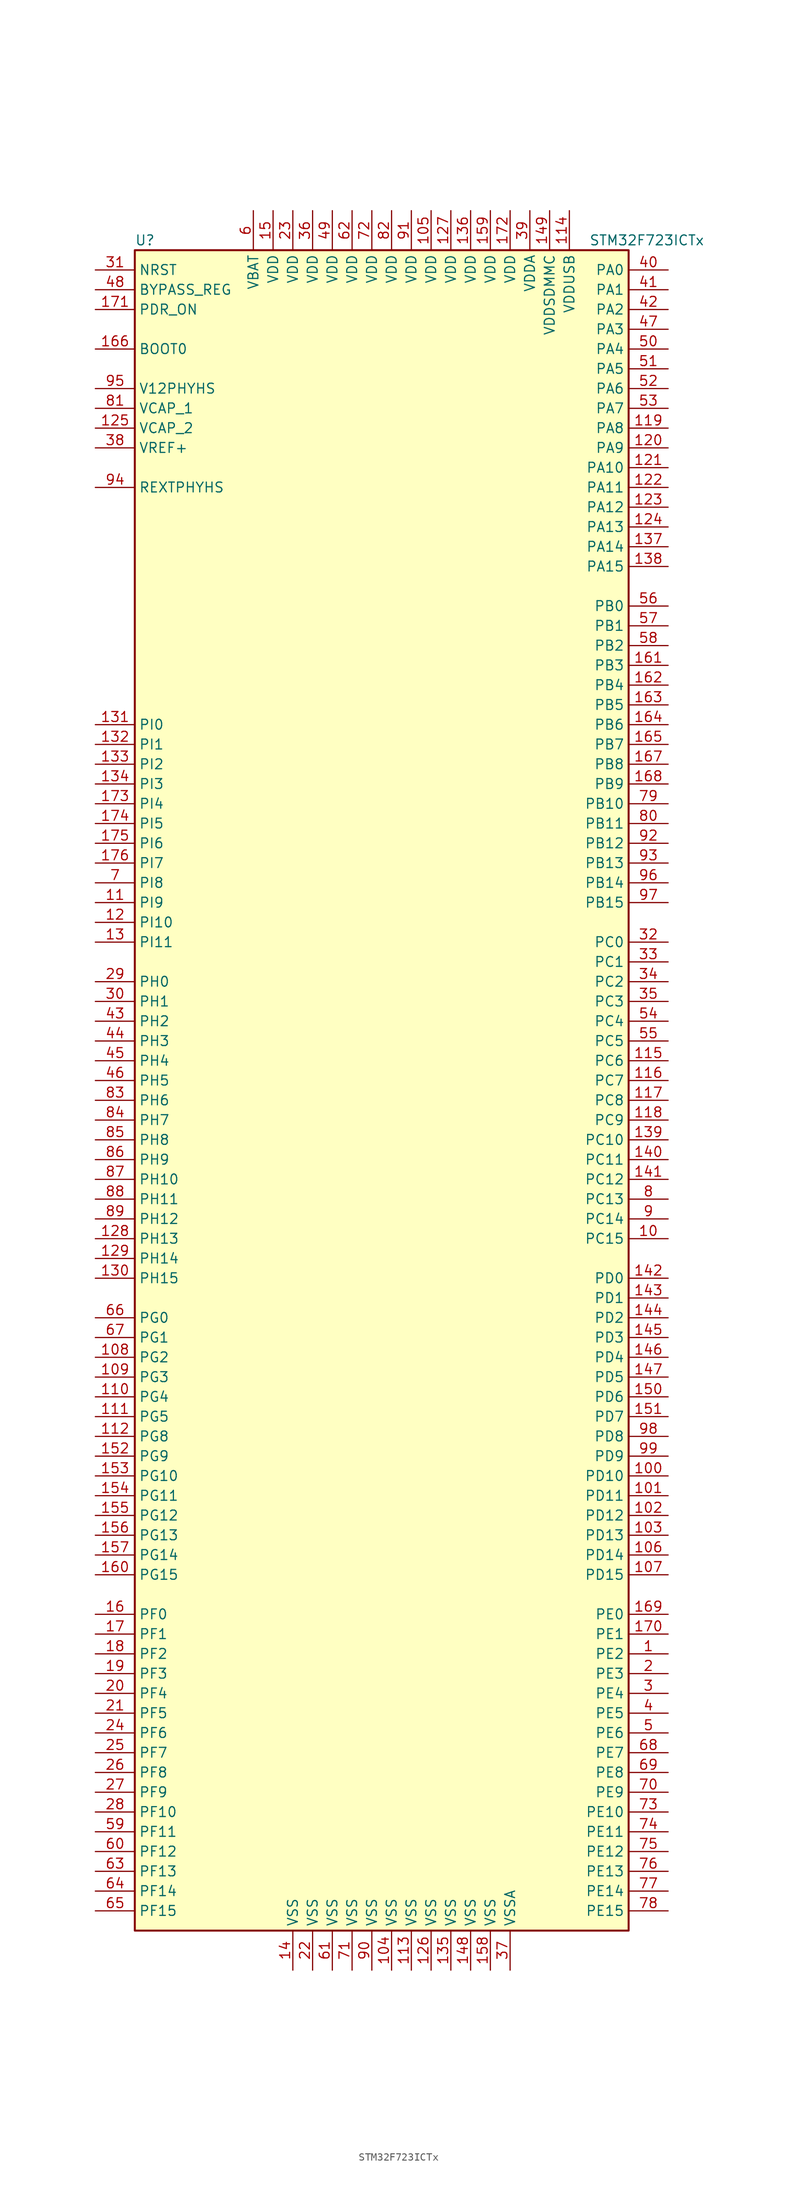
<source format=kicad_sym>
(kicad_symbol_lib
  (version 20220914)
  (generator kicad_symbol_editor)
  (symbol "STM32F723ICTx"
    (property "Reference" "U"
      (at -33.02 107.95 0)
      (effects (font (size 1.27 1.27)) (justify left)))
    (property "Value" "STM32F723ICTx"
      (at 25.4 107.95 0)
      (effects (font (size 1.27 1.27)) (justify left)))
    (symbol "STM32F723ICTx_0_1"
      (rectangle (start -33.02 -109.22) (end 30.48 106.68) (stroke (width 0.254) (type default)) (fill (type background))))
    (symbol "STM32F723ICTx_1_1"
      (pin bidirectional line (at 35.56 -73.66 180) (length 5.08) (name "PE2" (effects (font (size 1.27 1.27)))) (number "1" (effects (font (size 1.27 1.27)))))
      (pin bidirectional line (at 35.56 -20.32 180) (length 5.08) (name "PC15" (effects (font (size 1.27 1.27)))) (number "10" (effects (font (size 1.27 1.27)))))
      (pin bidirectional line (at 35.56 -50.8 180) (length 5.08) (name "PD10" (effects (font (size 1.27 1.27)))) (number "100" (effects (font (size 1.27 1.27)))))
      (pin bidirectional line (at 35.56 -53.34 180) (length 5.08) (name "PD11" (effects (font (size 1.27 1.27)))) (number "101" (effects (font (size 1.27 1.27)))))
      (pin bidirectional line (at 35.56 -55.88 180) (length 5.08) (name "PD12" (effects (font (size 1.27 1.27)))) (number "102" (effects (font (size 1.27 1.27)))))
      (pin bidirectional line (at 35.56 -58.42 180) (length 5.08) (name "PD13" (effects (font (size 1.27 1.27)))) (number "103" (effects (font (size 1.27 1.27)))))
      (pin power_in line (at 0 -114.3 90) (length 5.08) (name "VSS" (effects (font (size 1.27 1.27)))) (number "104" (effects (font (size 1.27 1.27)))))
      (pin power_in line (at 5.08 111.76 270) (length 5.08) (name "VDD" (effects (font (size 1.27 1.27)))) (number "105" (effects (font (size 1.27 1.27)))))
      (pin bidirectional line (at 35.56 -60.96 180) (length 5.08) (name "PD14" (effects (font (size 1.27 1.27)))) (number "106" (effects (font (size 1.27 1.27)))))
      (pin bidirectional line (at 35.56 -63.5 180) (length 5.08) (name "PD15" (effects (font (size 1.27 1.27)))) (number "107" (effects (font (size 1.27 1.27)))))
      (pin bidirectional line (at -38.1 -35.56 0) (length 5.08) (name "PG2" (effects (font (size 1.27 1.27)))) (number "108" (effects (font (size 1.27 1.27)))))
      (pin bidirectional line (at -38.1 -38.1 0) (length 5.08) (name "PG3" (effects (font (size 1.27 1.27)))) (number "109" (effects (font (size 1.27 1.27)))))
      (pin bidirectional line (at -38.1 22.86 0) (length 5.08) (name "PI9" (effects (font (size 1.27 1.27)))) (number "11" (effects (font (size 1.27 1.27)))))
      (pin bidirectional line (at -38.1 -40.64 0) (length 5.08) (name "PG4" (effects (font (size 1.27 1.27)))) (number "110" (effects (font (size 1.27 1.27)))))
      (pin bidirectional line (at -38.1 -43.18 0) (length 5.08) (name "PG5" (effects (font (size 1.27 1.27)))) (number "111" (effects (font (size 1.27 1.27)))))
      (pin bidirectional line (at -38.1 -45.72 0) (length 5.08) (name "PG8" (effects (font (size 1.27 1.27)))) (number "112" (effects (font (size 1.27 1.27)))))
      (pin power_in line (at 2.54 -114.3 90) (length 5.08) (name "VSS" (effects (font (size 1.27 1.27)))) (number "113" (effects (font (size 1.27 1.27)))))
      (pin power_in line (at 22.86 111.76 270) (length 5.08) (name "VDDUSB" (effects (font (size 1.27 1.27)))) (number "114" (effects (font (size 1.27 1.27)))))
      (pin bidirectional line (at 35.56 2.54 180) (length 5.08) (name "PC6" (effects (font (size 1.27 1.27)))) (number "115" (effects (font (size 1.27 1.27)))))
      (pin bidirectional line (at 35.56 0 180) (length 5.08) (name "PC7" (effects (font (size 1.27 1.27)))) (number "116" (effects (font (size 1.27 1.27)))))
      (pin bidirectional line (at 35.56 -2.54 180) (length 5.08) (name "PC8" (effects (font (size 1.27 1.27)))) (number "117" (effects (font (size 1.27 1.27)))))
      (pin bidirectional line (at 35.56 -5.08 180) (length 5.08) (name "PC9" (effects (font (size 1.27 1.27)))) (number "118" (effects (font (size 1.27 1.27)))))
      (pin bidirectional line (at 35.56 83.82 180) (length 5.08) (name "PA8" (effects (font (size 1.27 1.27)))) (number "119" (effects (font (size 1.27 1.27)))))
      (pin bidirectional line (at -38.1 20.32 0) (length 5.08) (name "PI10" (effects (font (size 1.27 1.27)))) (number "12" (effects (font (size 1.27 1.27)))))
      (pin bidirectional line (at 35.56 81.28 180) (length 5.08) (name "PA9" (effects (font (size 1.27 1.27)))) (number "120" (effects (font (size 1.27 1.27)))))
      (pin bidirectional line (at 35.56 78.74 180) (length 5.08) (name "PA10" (effects (font (size 1.27 1.27)))) (number "121" (effects (font (size 1.27 1.27)))))
      (pin bidirectional line (at 35.56 76.2 180) (length 5.08) (name "PA11" (effects (font (size 1.27 1.27)))) (number "122" (effects (font (size 1.27 1.27)))))
      (pin bidirectional line (at 35.56 73.66 180) (length 5.08) (name "PA12" (effects (font (size 1.27 1.27)))) (number "123" (effects (font (size 1.27 1.27)))))
      (pin bidirectional line (at 35.56 71.12 180) (length 5.08) (name "PA13" (effects (font (size 1.27 1.27)))) (number "124" (effects (font (size 1.27 1.27)))))
      (pin power_in line (at -38.1 83.82 0) (length 5.08) (name "VCAP_2" (effects (font (size 1.27 1.27)))) (number "125" (effects (font (size 1.27 1.27)))))
      (pin power_in line (at 5.08 -114.3 90) (length 5.08) (name "VSS" (effects (font (size 1.27 1.27)))) (number "126" (effects (font (size 1.27 1.27)))))
      (pin power_in line (at 7.62 111.76 270) (length 5.08) (name "VDD" (effects (font (size 1.27 1.27)))) (number "127" (effects (font (size 1.27 1.27)))))
      (pin bidirectional line (at -38.1 -20.32 0) (length 5.08) (name "PH13" (effects (font (size 1.27 1.27)))) (number "128" (effects (font (size 1.27 1.27)))))
      (pin bidirectional line (at -38.1 -22.86 0) (length 5.08) (name "PH14" (effects (font (size 1.27 1.27)))) (number "129" (effects (font (size 1.27 1.27)))))
      (pin bidirectional line (at -38.1 17.78 0) (length 5.08) (name "PI11" (effects (font (size 1.27 1.27)))) (number "13" (effects (font (size 1.27 1.27)))))
      (pin bidirectional line (at -38.1 -25.4 0) (length 5.08) (name "PH15" (effects (font (size 1.27 1.27)))) (number "130" (effects (font (size 1.27 1.27)))))
      (pin bidirectional line (at -38.1 45.72 0) (length 5.08) (name "PI0" (effects (font (size 1.27 1.27)))) (number "131" (effects (font (size 1.27 1.27)))))
      (pin bidirectional line (at -38.1 43.18 0) (length 5.08) (name "PI1" (effects (font (size 1.27 1.27)))) (number "132" (effects (font (size 1.27 1.27)))))
      (pin bidirectional line (at -38.1 40.64 0) (length 5.08) (name "PI2" (effects (font (size 1.27 1.27)))) (number "133" (effects (font (size 1.27 1.27)))))
      (pin bidirectional line (at -38.1 38.1 0) (length 5.08) (name "PI3" (effects (font (size 1.27 1.27)))) (number "134" (effects (font (size 1.27 1.27)))))
      (pin power_in line (at 7.62 -114.3 90) (length 5.08) (name "VSS" (effects (font (size 1.27 1.27)))) (number "135" (effects (font (size 1.27 1.27)))))
      (pin power_in line (at 10.16 111.76 270) (length 5.08) (name "VDD" (effects (font (size 1.27 1.27)))) (number "136" (effects (font (size 1.27 1.27)))))
      (pin bidirectional line (at 35.56 68.58 180) (length 5.08) (name "PA14" (effects (font (size 1.27 1.27)))) (number "137" (effects (font (size 1.27 1.27)))))
      (pin bidirectional line (at 35.56 66.04 180) (length 5.08) (name "PA15" (effects (font (size 1.27 1.27)))) (number "138" (effects (font (size 1.27 1.27)))))
      (pin bidirectional line (at 35.56 -7.62 180) (length 5.08) (name "PC10" (effects (font (size 1.27 1.27)))) (number "139" (effects (font (size 1.27 1.27)))))
      (pin power_in line (at -12.7 -114.3 90) (length 5.08) (name "VSS" (effects (font (size 1.27 1.27)))) (number "14" (effects (font (size 1.27 1.27)))))
      (pin bidirectional line (at 35.56 -10.16 180) (length 5.08) (name "PC11" (effects (font (size 1.27 1.27)))) (number "140" (effects (font (size 1.27 1.27)))))
      (pin bidirectional line (at 35.56 -12.7 180) (length 5.08) (name "PC12" (effects (font (size 1.27 1.27)))) (number "141" (effects (font (size 1.27 1.27)))))
      (pin bidirectional line (at 35.56 -25.4 180) (length 5.08) (name "PD0" (effects (font (size 1.27 1.27)))) (number "142" (effects (font (size 1.27 1.27)))))
      (pin bidirectional line (at 35.56 -27.94 180) (length 5.08) (name "PD1" (effects (font (size 1.27 1.27)))) (number "143" (effects (font (size 1.27 1.27)))))
      (pin bidirectional line (at 35.56 -30.48 180) (length 5.08) (name "PD2" (effects (font (size 1.27 1.27)))) (number "144" (effects (font (size 1.27 1.27)))))
      (pin bidirectional line (at 35.56 -33.02 180) (length 5.08) (name "PD3" (effects (font (size 1.27 1.27)))) (number "145" (effects (font (size 1.27 1.27)))))
      (pin bidirectional line (at 35.56 -35.56 180) (length 5.08) (name "PD4" (effects (font (size 1.27 1.27)))) (number "146" (effects (font (size 1.27 1.27)))))
      (pin bidirectional line (at 35.56 -38.1 180) (length 5.08) (name "PD5" (effects (font (size 1.27 1.27)))) (number "147" (effects (font (size 1.27 1.27)))))
      (pin power_in line (at 10.16 -114.3 90) (length 5.08) (name "VSS" (effects (font (size 1.27 1.27)))) (number "148" (effects (font (size 1.27 1.27)))))
      (pin power_in line (at 20.32 111.76 270) (length 5.08) (name "VDDSDMMC" (effects (font (size 1.27 1.27)))) (number "149" (effects (font (size 1.27 1.27)))))
      (pin power_in line (at -15.24 111.76 270) (length 5.08) (name "VDD" (effects (font (size 1.27 1.27)))) (number "15" (effects (font (size 1.27 1.27)))))
      (pin bidirectional line (at 35.56 -40.64 180) (length 5.08) (name "PD6" (effects (font (size 1.27 1.27)))) (number "150" (effects (font (size 1.27 1.27)))))
      (pin bidirectional line (at 35.56 -43.18 180) (length 5.08) (name "PD7" (effects (font (size 1.27 1.27)))) (number "151" (effects (font (size 1.27 1.27)))))
      (pin bidirectional line (at -38.1 -48.26 0) (length 5.08) (name "PG9" (effects (font (size 1.27 1.27)))) (number "152" (effects (font (size 1.27 1.27)))))
      (pin bidirectional line (at -38.1 -50.8 0) (length 5.08) (name "PG10" (effects (font (size 1.27 1.27)))) (number "153" (effects (font (size 1.27 1.27)))))
      (pin bidirectional line (at -38.1 -53.34 0) (length 5.08) (name "PG11" (effects (font (size 1.27 1.27)))) (number "154" (effects (font (size 1.27 1.27)))))
      (pin bidirectional line (at -38.1 -55.88 0) (length 5.08) (name "PG12" (effects (font (size 1.27 1.27)))) (number "155" (effects (font (size 1.27 1.27)))))
      (pin bidirectional line (at -38.1 -58.42 0) (length 5.08) (name "PG13" (effects (font (size 1.27 1.27)))) (number "156" (effects (font (size 1.27 1.27)))))
      (pin bidirectional line (at -38.1 -60.96 0) (length 5.08) (name "PG14" (effects (font (size 1.27 1.27)))) (number "157" (effects (font (size 1.27 1.27)))))
      (pin power_in line (at 12.7 -114.3 90) (length 5.08) (name "VSS" (effects (font (size 1.27 1.27)))) (number "158" (effects (font (size 1.27 1.27)))))
      (pin power_in line (at 12.7 111.76 270) (length 5.08) (name "VDD" (effects (font (size 1.27 1.27)))) (number "159" (effects (font (size 1.27 1.27)))))
      (pin bidirectional line (at -38.1 -68.58 0) (length 5.08) (name "PF0" (effects (font (size 1.27 1.27)))) (number "16" (effects (font (size 1.27 1.27)))))
      (pin bidirectional line (at -38.1 -63.5 0) (length 5.08) (name "PG15" (effects (font (size 1.27 1.27)))) (number "160" (effects (font (size 1.27 1.27)))))
      (pin bidirectional line (at 35.56 53.34 180) (length 5.08) (name "PB3" (effects (font (size 1.27 1.27)))) (number "161" (effects (font (size 1.27 1.27)))))
      (pin bidirectional line (at 35.56 50.8 180) (length 5.08) (name "PB4" (effects (font (size 1.27 1.27)))) (number "162" (effects (font (size 1.27 1.27)))))
      (pin bidirectional line (at 35.56 48.26 180) (length 5.08) (name "PB5" (effects (font (size 1.27 1.27)))) (number "163" (effects (font (size 1.27 1.27)))))
      (pin bidirectional line (at 35.56 45.72 180) (length 5.08) (name "PB6" (effects (font (size 1.27 1.27)))) (number "164" (effects (font (size 1.27 1.27)))))
      (pin bidirectional line (at 35.56 43.18 180) (length 5.08) (name "PB7" (effects (font (size 1.27 1.27)))) (number "165" (effects (font (size 1.27 1.27)))))
      (pin input line (at -38.1 93.98 0) (length 5.08) (name "BOOT0" (effects (font (size 1.27 1.27)))) (number "166" (effects (font (size 1.27 1.27)))))
      (pin bidirectional line (at 35.56 40.64 180) (length 5.08) (name "PB8" (effects (font (size 1.27 1.27)))) (number "167" (effects (font (size 1.27 1.27)))))
      (pin bidirectional line (at 35.56 38.1 180) (length 5.08) (name "PB9" (effects (font (size 1.27 1.27)))) (number "168" (effects (font (size 1.27 1.27)))))
      (pin bidirectional line (at 35.56 -68.58 180) (length 5.08) (name "PE0" (effects (font (size 1.27 1.27)))) (number "169" (effects (font (size 1.27 1.27)))))
      (pin bidirectional line (at -38.1 -71.12 0) (length 5.08) (name "PF1" (effects (font (size 1.27 1.27)))) (number "17" (effects (font (size 1.27 1.27)))))
      (pin bidirectional line (at 35.56 -71.12 180) (length 5.08) (name "PE1" (effects (font (size 1.27 1.27)))) (number "170" (effects (font (size 1.27 1.27)))))
      (pin input line (at -38.1 99.06 0) (length 5.08) (name "PDR_ON" (effects (font (size 1.27 1.27)))) (number "171" (effects (font (size 1.27 1.27)))))
      (pin power_in line (at 15.24 111.76 270) (length 5.08) (name "VDD" (effects (font (size 1.27 1.27)))) (number "172" (effects (font (size 1.27 1.27)))))
      (pin bidirectional line (at -38.1 35.56 0) (length 5.08) (name "PI4" (effects (font (size 1.27 1.27)))) (number "173" (effects (font (size 1.27 1.27)))))
      (pin bidirectional line (at -38.1 33.02 0) (length 5.08) (name "PI5" (effects (font (size 1.27 1.27)))) (number "174" (effects (font (size 1.27 1.27)))))
      (pin bidirectional line (at -38.1 30.48 0) (length 5.08) (name "PI6" (effects (font (size 1.27 1.27)))) (number "175" (effects (font (size 1.27 1.27)))))
      (pin bidirectional line (at -38.1 27.94 0) (length 5.08) (name "PI7" (effects (font (size 1.27 1.27)))) (number "176" (effects (font (size 1.27 1.27)))))
      (pin bidirectional line (at -38.1 -73.66 0) (length 5.08) (name "PF2" (effects (font (size 1.27 1.27)))) (number "18" (effects (font (size 1.27 1.27)))))
      (pin bidirectional line (at -38.1 -76.2 0) (length 5.08) (name "PF3" (effects (font (size 1.27 1.27)))) (number "19" (effects (font (size 1.27 1.27)))))
      (pin bidirectional line (at 35.56 -76.2 180) (length 5.08) (name "PE3" (effects (font (size 1.27 1.27)))) (number "2" (effects (font (size 1.27 1.27)))))
      (pin bidirectional line (at -38.1 -78.74 0) (length 5.08) (name "PF4" (effects (font (size 1.27 1.27)))) (number "20" (effects (font (size 1.27 1.27)))))
      (pin bidirectional line (at -38.1 -81.28 0) (length 5.08) (name "PF5" (effects (font (size 1.27 1.27)))) (number "21" (effects (font (size 1.27 1.27)))))
      (pin power_in line (at -10.16 -114.3 90) (length 5.08) (name "VSS" (effects (font (size 1.27 1.27)))) (number "22" (effects (font (size 1.27 1.27)))))
      (pin power_in line (at -12.7 111.76 270) (length 5.08) (name "VDD" (effects (font (size 1.27 1.27)))) (number "23" (effects (font (size 1.27 1.27)))))
      (pin bidirectional line (at -38.1 -83.82 0) (length 5.08) (name "PF6" (effects (font (size 1.27 1.27)))) (number "24" (effects (font (size 1.27 1.27)))))
      (pin bidirectional line (at -38.1 -86.36 0) (length 5.08) (name "PF7" (effects (font (size 1.27 1.27)))) (number "25" (effects (font (size 1.27 1.27)))))
      (pin bidirectional line (at -38.1 -88.9 0) (length 5.08) (name "PF8" (effects (font (size 1.27 1.27)))) (number "26" (effects (font (size 1.27 1.27)))))
      (pin bidirectional line (at -38.1 -91.44 0) (length 5.08) (name "PF9" (effects (font (size 1.27 1.27)))) (number "27" (effects (font (size 1.27 1.27)))))
      (pin bidirectional line (at -38.1 -93.98 0) (length 5.08) (name "PF10" (effects (font (size 1.27 1.27)))) (number "28" (effects (font (size 1.27 1.27)))))
      (pin input line (at -38.1 12.7 0) (length 5.08) (name "PH0" (effects (font (size 1.27 1.27)))) (number "29" (effects (font (size 1.27 1.27)))))
      (pin bidirectional line (at 35.56 -78.74 180) (length 5.08) (name "PE4" (effects (font (size 1.27 1.27)))) (number "3" (effects (font (size 1.27 1.27)))))
      (pin input line (at -38.1 10.16 0) (length 5.08) (name "PH1" (effects (font (size 1.27 1.27)))) (number "30" (effects (font (size 1.27 1.27)))))
      (pin input line (at -38.1 104.14 0) (length 5.08) (name "NRST" (effects (font (size 1.27 1.27)))) (number "31" (effects (font (size 1.27 1.27)))))
      (pin bidirectional line (at 35.56 17.78 180) (length 5.08) (name "PC0" (effects (font (size 1.27 1.27)))) (number "32" (effects (font (size 1.27 1.27)))))
      (pin bidirectional line (at 35.56 15.24 180) (length 5.08) (name "PC1" (effects (font (size 1.27 1.27)))) (number "33" (effects (font (size 1.27 1.27)))))
      (pin bidirectional line (at 35.56 12.7 180) (length 5.08) (name "PC2" (effects (font (size 1.27 1.27)))) (number "34" (effects (font (size 1.27 1.27)))))
      (pin bidirectional line (at 35.56 10.16 180) (length 5.08) (name "PC3" (effects (font (size 1.27 1.27)))) (number "35" (effects (font (size 1.27 1.27)))))
      (pin power_in line (at -10.16 111.76 270) (length 5.08) (name "VDD" (effects (font (size 1.27 1.27)))) (number "36" (effects (font (size 1.27 1.27)))))
      (pin power_in line (at 15.24 -114.3 90) (length 5.08) (name "VSSA" (effects (font (size 1.27 1.27)))) (number "37" (effects (font (size 1.27 1.27)))))
      (pin power_in line (at -38.1 81.28 0) (length 5.08) (name "VREF+" (effects (font (size 1.27 1.27)))) (number "38" (effects (font (size 1.27 1.27)))))
      (pin power_in line (at 17.78 111.76 270) (length 5.08) (name "VDDA" (effects (font (size 1.27 1.27)))) (number "39" (effects (font (size 1.27 1.27)))))
      (pin bidirectional line (at 35.56 -81.28 180) (length 5.08) (name "PE5" (effects (font (size 1.27 1.27)))) (number "4" (effects (font (size 1.27 1.27)))))
      (pin bidirectional line (at 35.56 104.14 180) (length 5.08) (name "PA0" (effects (font (size 1.27 1.27)))) (number "40" (effects (font (size 1.27 1.27)))))
      (pin bidirectional line (at 35.56 101.6 180) (length 5.08) (name "PA1" (effects (font (size 1.27 1.27)))) (number "41" (effects (font (size 1.27 1.27)))))
      (pin bidirectional line (at 35.56 99.06 180) (length 5.08) (name "PA2" (effects (font (size 1.27 1.27)))) (number "42" (effects (font (size 1.27 1.27)))))
      (pin bidirectional line (at -38.1 7.62 0) (length 5.08) (name "PH2" (effects (font (size 1.27 1.27)))) (number "43" (effects (font (size 1.27 1.27)))))
      (pin bidirectional line (at -38.1 5.08 0) (length 5.08) (name "PH3" (effects (font (size 1.27 1.27)))) (number "44" (effects (font (size 1.27 1.27)))))
      (pin bidirectional line (at -38.1 2.54 0) (length 5.08) (name "PH4" (effects (font (size 1.27 1.27)))) (number "45" (effects (font (size 1.27 1.27)))))
      (pin bidirectional line (at -38.1 0 0) (length 5.08) (name "PH5" (effects (font (size 1.27 1.27)))) (number "46" (effects (font (size 1.27 1.27)))))
      (pin bidirectional line (at 35.56 96.52 180) (length 5.08) (name "PA3" (effects (font (size 1.27 1.27)))) (number "47" (effects (font (size 1.27 1.27)))))
      (pin input line (at -38.1 101.6 0) (length 5.08) (name "BYPASS_REG" (effects (font (size 1.27 1.27)))) (number "48" (effects (font (size 1.27 1.27)))))
      (pin power_in line (at -7.62 111.76 270) (length 5.08) (name "VDD" (effects (font (size 1.27 1.27)))) (number "49" (effects (font (size 1.27 1.27)))))
      (pin bidirectional line (at 35.56 -83.82 180) (length 5.08) (name "PE6" (effects (font (size 1.27 1.27)))) (number "5" (effects (font (size 1.27 1.27)))))
      (pin bidirectional line (at 35.56 93.98 180) (length 5.08) (name "PA4" (effects (font (size 1.27 1.27)))) (number "50" (effects (font (size 1.27 1.27)))))
      (pin bidirectional line (at 35.56 91.44 180) (length 5.08) (name "PA5" (effects (font (size 1.27 1.27)))) (number "51" (effects (font (size 1.27 1.27)))))
      (pin bidirectional line (at 35.56 88.9 180) (length 5.08) (name "PA6" (effects (font (size 1.27 1.27)))) (number "52" (effects (font (size 1.27 1.27)))))
      (pin bidirectional line (at 35.56 86.36 180) (length 5.08) (name "PA7" (effects (font (size 1.27 1.27)))) (number "53" (effects (font (size 1.27 1.27)))))
      (pin bidirectional line (at 35.56 7.62 180) (length 5.08) (name "PC4" (effects (font (size 1.27 1.27)))) (number "54" (effects (font (size 1.27 1.27)))))
      (pin bidirectional line (at 35.56 5.08 180) (length 5.08) (name "PC5" (effects (font (size 1.27 1.27)))) (number "55" (effects (font (size 1.27 1.27)))))
      (pin bidirectional line (at 35.56 60.96 180) (length 5.08) (name "PB0" (effects (font (size 1.27 1.27)))) (number "56" (effects (font (size 1.27 1.27)))))
      (pin bidirectional line (at 35.56 58.42 180) (length 5.08) (name "PB1" (effects (font (size 1.27 1.27)))) (number "57" (effects (font (size 1.27 1.27)))))
      (pin bidirectional line (at 35.56 55.88 180) (length 5.08) (name "PB2" (effects (font (size 1.27 1.27)))) (number "58" (effects (font (size 1.27 1.27)))))
      (pin bidirectional line (at -38.1 -96.52 0) (length 5.08) (name "PF11" (effects (font (size 1.27 1.27)))) (number "59" (effects (font (size 1.27 1.27)))))
      (pin power_in line (at -17.78 111.76 270) (length 5.08) (name "VBAT" (effects (font (size 1.27 1.27)))) (number "6" (effects (font (size 1.27 1.27)))))
      (pin bidirectional line (at -38.1 -99.06 0) (length 5.08) (name "PF12" (effects (font (size 1.27 1.27)))) (number "60" (effects (font (size 1.27 1.27)))))
      (pin power_in line (at -7.62 -114.3 90) (length 5.08) (name "VSS" (effects (font (size 1.27 1.27)))) (number "61" (effects (font (size 1.27 1.27)))))
      (pin power_in line (at -5.08 111.76 270) (length 5.08) (name "VDD" (effects (font (size 1.27 1.27)))) (number "62" (effects (font (size 1.27 1.27)))))
      (pin bidirectional line (at -38.1 -101.6 0) (length 5.08) (name "PF13" (effects (font (size 1.27 1.27)))) (number "63" (effects (font (size 1.27 1.27)))))
      (pin bidirectional line (at -38.1 -104.14 0) (length 5.08) (name "PF14" (effects (font (size 1.27 1.27)))) (number "64" (effects (font (size 1.27 1.27)))))
      (pin bidirectional line (at -38.1 -106.68 0) (length 5.08) (name "PF15" (effects (font (size 1.27 1.27)))) (number "65" (effects (font (size 1.27 1.27)))))
      (pin bidirectional line (at -38.1 -30.48 0) (length 5.08) (name "PG0" (effects (font (size 1.27 1.27)))) (number "66" (effects (font (size 1.27 1.27)))))
      (pin bidirectional line (at -38.1 -33.02 0) (length 5.08) (name "PG1" (effects (font (size 1.27 1.27)))) (number "67" (effects (font (size 1.27 1.27)))))
      (pin bidirectional line (at 35.56 -86.36 180) (length 5.08) (name "PE7" (effects (font (size 1.27 1.27)))) (number "68" (effects (font (size 1.27 1.27)))))
      (pin bidirectional line (at 35.56 -88.9 180) (length 5.08) (name "PE8" (effects (font (size 1.27 1.27)))) (number "69" (effects (font (size 1.27 1.27)))))
      (pin bidirectional line (at -38.1 25.4 0) (length 5.08) (name "PI8" (effects (font (size 1.27 1.27)))) (number "7" (effects (font (size 1.27 1.27)))))
      (pin bidirectional line (at 35.56 -91.44 180) (length 5.08) (name "PE9" (effects (font (size 1.27 1.27)))) (number "70" (effects (font (size 1.27 1.27)))))
      (pin power_in line (at -5.08 -114.3 90) (length 5.08) (name "VSS" (effects (font (size 1.27 1.27)))) (number "71" (effects (font (size 1.27 1.27)))))
      (pin power_in line (at -2.54 111.76 270) (length 5.08) (name "VDD" (effects (font (size 1.27 1.27)))) (number "72" (effects (font (size 1.27 1.27)))))
      (pin bidirectional line (at 35.56 -93.98 180) (length 5.08) (name "PE10" (effects (font (size 1.27 1.27)))) (number "73" (effects (font (size 1.27 1.27)))))
      (pin bidirectional line (at 35.56 -96.52 180) (length 5.08) (name "PE11" (effects (font (size 1.27 1.27)))) (number "74" (effects (font (size 1.27 1.27)))))
      (pin bidirectional line (at 35.56 -99.06 180) (length 5.08) (name "PE12" (effects (font (size 1.27 1.27)))) (number "75" (effects (font (size 1.27 1.27)))))
      (pin bidirectional line (at 35.56 -101.6 180) (length 5.08) (name "PE13" (effects (font (size 1.27 1.27)))) (number "76" (effects (font (size 1.27 1.27)))))
      (pin bidirectional line (at 35.56 -104.14 180) (length 5.08) (name "PE14" (effects (font (size 1.27 1.27)))) (number "77" (effects (font (size 1.27 1.27)))))
      (pin bidirectional line (at 35.56 -106.68 180) (length 5.08) (name "PE15" (effects (font (size 1.27 1.27)))) (number "78" (effects (font (size 1.27 1.27)))))
      (pin bidirectional line (at 35.56 35.56 180) (length 5.08) (name "PB10" (effects (font (size 1.27 1.27)))) (number "79" (effects (font (size 1.27 1.27)))))
      (pin bidirectional line (at 35.56 -15.24 180) (length 5.08) (name "PC13" (effects (font (size 1.27 1.27)))) (number "8" (effects (font (size 1.27 1.27)))))
      (pin bidirectional line (at 35.56 33.02 180) (length 5.08) (name "PB11" (effects (font (size 1.27 1.27)))) (number "80" (effects (font (size 1.27 1.27)))))
      (pin power_in line (at -38.1 86.36 0) (length 5.08) (name "VCAP_1" (effects (font (size 1.27 1.27)))) (number "81" (effects (font (size 1.27 1.27)))))
      (pin power_in line (at 0 111.76 270) (length 5.08) (name "VDD" (effects (font (size 1.27 1.27)))) (number "82" (effects (font (size 1.27 1.27)))))
      (pin bidirectional line (at -38.1 -2.54 0) (length 5.08) (name "PH6" (effects (font (size 1.27 1.27)))) (number "83" (effects (font (size 1.27 1.27)))))
      (pin bidirectional line (at -38.1 -5.08 0) (length 5.08) (name "PH7" (effects (font (size 1.27 1.27)))) (number "84" (effects (font (size 1.27 1.27)))))
      (pin bidirectional line (at -38.1 -7.62 0) (length 5.08) (name "PH8" (effects (font (size 1.27 1.27)))) (number "85" (effects (font (size 1.27 1.27)))))
      (pin bidirectional line (at -38.1 -10.16 0) (length 5.08) (name "PH9" (effects (font (size 1.27 1.27)))) (number "86" (effects (font (size 1.27 1.27)))))
      (pin bidirectional line (at -38.1 -12.7 0) (length 5.08) (name "PH10" (effects (font (size 1.27 1.27)))) (number "87" (effects (font (size 1.27 1.27)))))
      (pin bidirectional line (at -38.1 -15.24 0) (length 5.08) (name "PH11" (effects (font (size 1.27 1.27)))) (number "88" (effects (font (size 1.27 1.27)))))
      (pin bidirectional line (at -38.1 -17.78 0) (length 5.08) (name "PH12" (effects (font (size 1.27 1.27)))) (number "89" (effects (font (size 1.27 1.27)))))
      (pin bidirectional line (at 35.56 -17.78 180) (length 5.08) (name "PC14" (effects (font (size 1.27 1.27)))) (number "9" (effects (font (size 1.27 1.27)))))
      (pin power_in line (at -2.54 -114.3 90) (length 5.08) (name "VSS" (effects (font (size 1.27 1.27)))) (number "90" (effects (font (size 1.27 1.27)))))
      (pin power_in line (at 2.54 111.76 270) (length 5.08) (name "VDD" (effects (font (size 1.27 1.27)))) (number "91" (effects (font (size 1.27 1.27)))))
      (pin bidirectional line (at 35.56 30.48 180) (length 5.08) (name "PB12" (effects (font (size 1.27 1.27)))) (number "92" (effects (font (size 1.27 1.27)))))
      (pin bidirectional line (at 35.56 27.94 180) (length 5.08) (name "PB13" (effects (font (size 1.27 1.27)))) (number "93" (effects (font (size 1.27 1.27)))))
      (pin bidirectional line (at -38.1 76.2 0) (length 5.08) (name "REXTPHYHS" (effects (font (size 1.27 1.27)))) (number "94" (effects (font (size 1.27 1.27)))))
      (pin power_in line (at -38.1 88.9 0) (length 5.08) (name "V12PHYHS" (effects (font (size 1.27 1.27)))) (number "95" (effects (font (size 1.27 1.27)))))
      (pin bidirectional line (at 35.56 25.4 180) (length 5.08) (name "PB14" (effects (font (size 1.27 1.27)))) (number "96" (effects (font (size 1.27 1.27)))))
      (pin bidirectional line (at 35.56 22.86 180) (length 5.08) (name "PB15" (effects (font (size 1.27 1.27)))) (number "97" (effects (font (size 1.27 1.27)))))
      (pin bidirectional line (at 35.56 -45.72 180) (length 5.08) (name "PD8" (effects (font (size 1.27 1.27)))) (number "98" (effects (font (size 1.27 1.27)))))
      (pin bidirectional line (at 35.56 -48.26 180) (length 5.08) (name "PD9" (effects (font (size 1.27 1.27)))) (number "99" (effects (font (size 1.27 1.27))))))))
</source>
